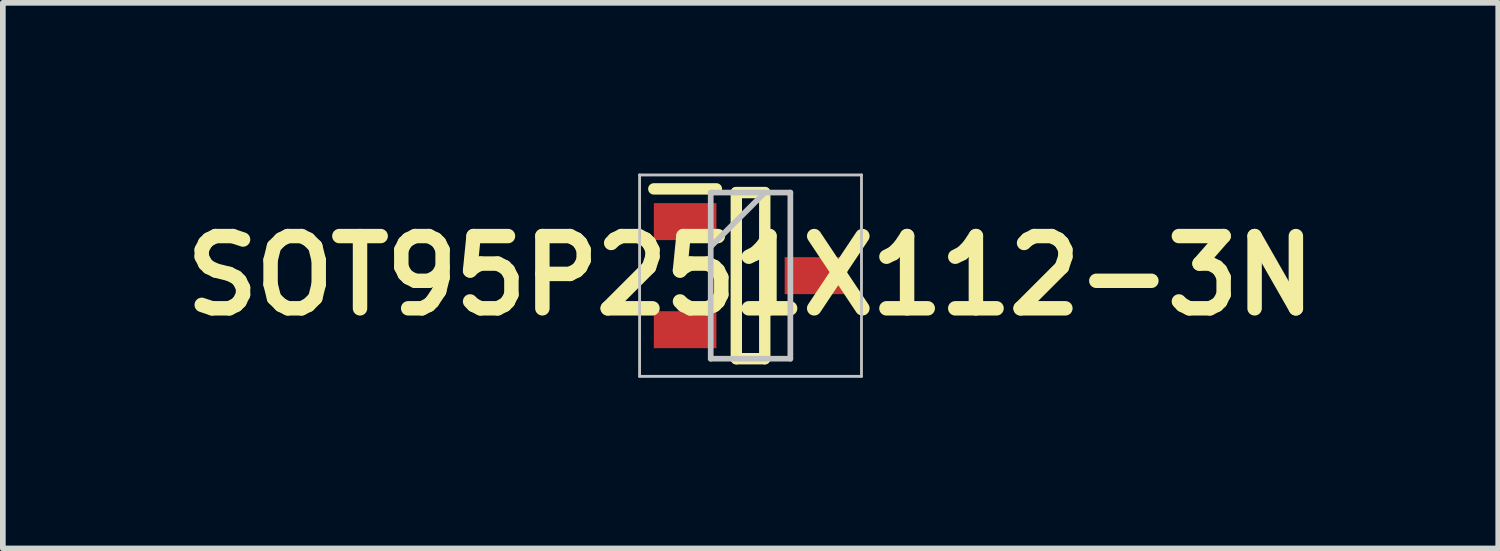
<source format=kicad_pcb>
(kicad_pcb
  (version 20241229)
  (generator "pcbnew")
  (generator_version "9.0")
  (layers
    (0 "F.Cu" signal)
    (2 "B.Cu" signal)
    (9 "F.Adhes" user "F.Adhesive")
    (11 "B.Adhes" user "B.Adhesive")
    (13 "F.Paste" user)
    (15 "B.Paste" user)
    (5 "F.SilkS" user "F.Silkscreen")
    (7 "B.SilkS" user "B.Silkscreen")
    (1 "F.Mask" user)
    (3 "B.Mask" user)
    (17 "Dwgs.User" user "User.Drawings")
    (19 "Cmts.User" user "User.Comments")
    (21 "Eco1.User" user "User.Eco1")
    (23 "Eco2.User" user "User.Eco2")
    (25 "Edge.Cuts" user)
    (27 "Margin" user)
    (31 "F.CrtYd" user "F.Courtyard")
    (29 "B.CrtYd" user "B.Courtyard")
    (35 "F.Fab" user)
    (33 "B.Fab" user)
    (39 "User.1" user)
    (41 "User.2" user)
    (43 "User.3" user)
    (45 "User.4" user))
  (footprint "SOT95P251X112-3N"
    (layer "F.Cu")
    (at 10.142 1.795)
    (property "Reference" "SOT95P251X112-3N" (at 0 0 0) (layer "F.SilkS") (effects (font (size 1.27 1.27) (thickness 0.254))))
    (attr smd)
    (fp_line (start -1.7 -1.525) (end -0.6 -1.525) (stroke (width 0.2) (type solid)) (layer "F.SilkS"))
    (fp_line (start -0.25 -1.46) (end 0.25 -1.46) (stroke (width 0.2) (type solid)) (layer "F.SilkS"))
    (fp_line (start -0.25 1.46) (end -0.25 -1.46) (stroke (width 0.2) (type solid)) (layer "F.SilkS"))
    (fp_line (start 0.25 -1.46) (end 0.25 1.46) (stroke (width 0.2) (type solid)) (layer "F.SilkS"))
    (fp_line (start 0.25 1.46) (end -0.25 1.46) (stroke (width 0.2) (type solid)) (layer "F.SilkS"))
    (fp_line (start -1.95 -1.77) (end 1.95 -1.77) (stroke (width 0.05) (type solid)) (layer "Dwgs.User"))
    (fp_line (start -1.95 1.77) (end -1.95 -1.77) (stroke (width 0.05) (type solid)) (layer "Dwgs.User"))
    (fp_line (start -0.7 -1.46) (end 0.7 -1.46) (stroke (width 0.1) (type solid)) (layer "Dwgs.User"))
    (fp_line (start -0.7 -0.51) (end 0.25 -1.46) (stroke (width 0.1) (type solid)) (layer "Dwgs.User"))
    (fp_line (start -0.7 1.46) (end -0.7 -1.46) (stroke (width 0.1) (type solid)) (layer "Dwgs.User"))
    (fp_line (start 0.7 -1.46) (end 0.7 1.46) (stroke (width 0.1) (type solid)) (layer "Dwgs.User"))
    (fp_line (start 0.7 1.46) (end -0.7 1.46) (stroke (width 0.1) (type solid)) (layer "Dwgs.User"))
    (fp_line (start 1.95 -1.77) (end 1.95 1.77) (stroke (width 0.05) (type solid)) (layer "Dwgs.User"))
    (fp_line (start 1.95 1.77) (end -1.95 1.77) (stroke (width 0.05) (type solid)) (layer "Dwgs.User"))
    (pad "1" smd rect (at -1.15 -0.95 90) (size 0.65 1.1) (layers "F.Cu" "F.Paste"))
    (pad "2" smd rect (at -1.15 0.95 90) (size 0.65 1.1) (layers "F.Cu" "F.Paste"))
    (pad "3" smd rect (at 1.15 0 90) (size 0.65 1.1) (layers "F.Cu" "F.Paste")))
  (gr_rect
    (start -3 -3)
    (end 23.284 6.59)
    (stroke (width 0.1) (type default))
    (fill no)
    (layer "Edge.Cuts")))
</source>
